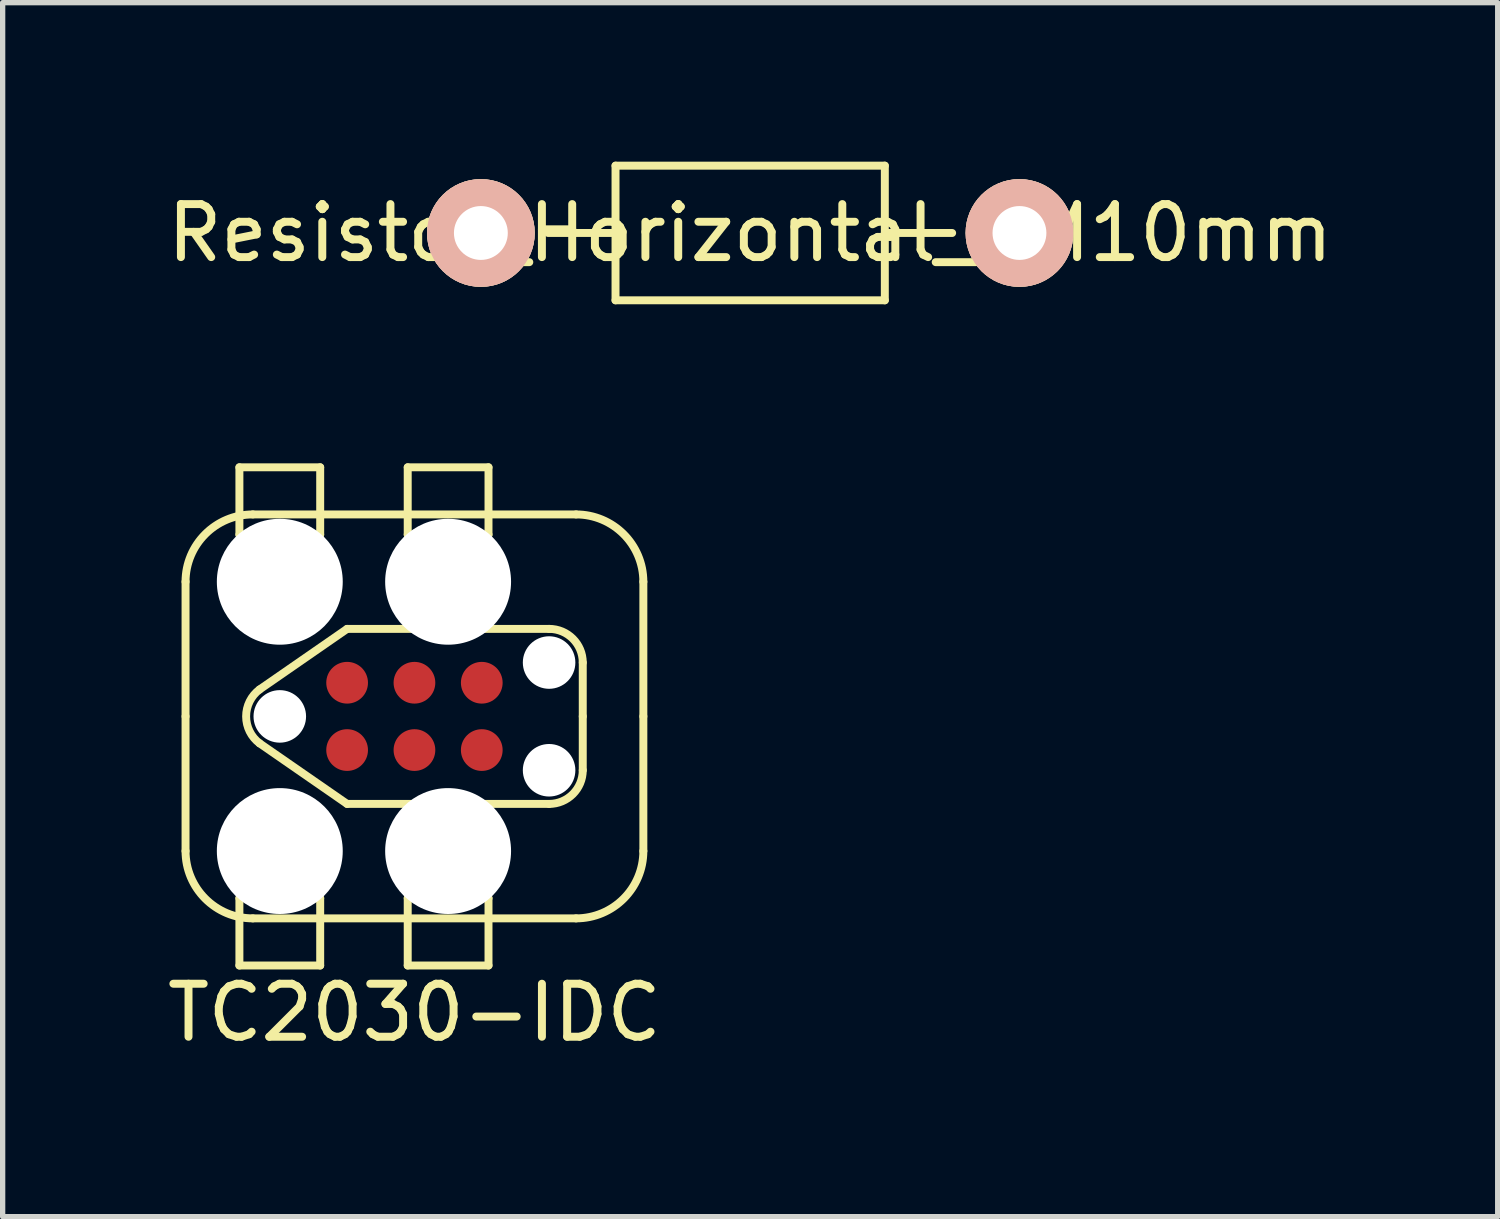
<source format=kicad_pcb>
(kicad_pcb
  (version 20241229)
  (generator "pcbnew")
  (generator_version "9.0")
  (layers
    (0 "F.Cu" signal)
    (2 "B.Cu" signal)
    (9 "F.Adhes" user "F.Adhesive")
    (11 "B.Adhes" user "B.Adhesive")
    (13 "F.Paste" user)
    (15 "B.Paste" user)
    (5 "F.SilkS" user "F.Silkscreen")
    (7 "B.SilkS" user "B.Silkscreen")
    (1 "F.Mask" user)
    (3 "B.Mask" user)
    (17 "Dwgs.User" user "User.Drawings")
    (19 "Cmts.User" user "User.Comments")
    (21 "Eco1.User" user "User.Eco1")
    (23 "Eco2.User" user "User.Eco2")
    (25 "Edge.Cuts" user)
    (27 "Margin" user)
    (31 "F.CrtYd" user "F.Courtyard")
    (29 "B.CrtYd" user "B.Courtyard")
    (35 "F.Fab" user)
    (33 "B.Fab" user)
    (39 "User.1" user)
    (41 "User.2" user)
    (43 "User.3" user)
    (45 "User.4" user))
  (footprint "Resistor_Horizontal_RM10mm"
    (layer "F.Cu")
    (at 11.101 1.345)
    (property "Reference" "Resistor_Horizontal_RM10mm" (at 0 0 0) (layer "F.SilkS") (effects (font (size 1 1) (thickness 0.15))))
    (attr through_hole)
    (fp_line (start -2.54 -1.27) (end 2.54 -1.27) (stroke (width 0.15) (type solid)) (layer "F.SilkS"))
    (fp_line (start -2.54 0) (end -3.81 0) (stroke (width 0.15) (type solid)) (layer "F.SilkS"))
    (fp_line (start -2.54 1.27) (end -2.54 -1.27) (stroke (width 0.15) (type solid)) (layer "F.SilkS"))
    (fp_line (start 2.54 -1.27) (end 2.54 1.27) (stroke (width 0.15) (type solid)) (layer "F.SilkS"))
    (fp_line (start 2.54 0) (end 3.81 0) (stroke (width 0.15) (type solid)) (layer "F.SilkS"))
    (fp_line (start 2.54 1.27) (end -2.54 1.27) (stroke (width 0.15) (type solid)) (layer "F.SilkS"))
    (pad "1" thru_hole circle (at -5.08 0) (size 2.032 2.032) (drill 1.016) (layers "*.Cu" "*.SilkS" "*.Mask"))
    (pad "2" thru_hole circle (at 5.08 0) (size 2.032 2.032) (drill 1.016) (layers "*.Cu" "*.SilkS" "*.Mask")))
  (footprint "TC2030-IDC"
    (layer "F.Cu")
    (at 2.228 10.464)
    (property "Reference" "TC2030-IDC" (at 2.54 5.588 0) (layer "F.SilkS") (effects (font (size 1 1) (thickness 0.15))))
    (attr through_hole)
    (fp_line (start -1.778 0) (end -1.778 -2.54) (stroke (width 0.15) (type solid)) (layer "F.SilkS"))
    (fp_line (start -1.778 2.54) (end -1.778 0) (stroke (width 0.15) (type solid)) (layer "F.SilkS"))
    (fp_line (start -0.762 -3.429) (end -0.762 -4.699) (stroke (width 0.15) (type solid)) (layer "F.SilkS"))
    (fp_line (start -0.762 -3.429) (end 0.762 -3.429) (stroke (width 0.15) (type solid)) (layer "F.SilkS"))
    (fp_line (start -0.762 3.429) (end 0.762 3.429) (stroke (width 0.15) (type solid)) (layer "F.SilkS"))
    (fp_line (start -0.762 4.699) (end -0.762 3.429) (stroke (width 0.15) (type solid)) (layer "F.SilkS"))
    (fp_line (start -0.508 -3.81) (end 5.588 -3.81) (stroke (width 0.15) (type solid)) (layer "F.SilkS"))
    (fp_line (start 0.762 -4.699) (end -0.762 -4.699) (stroke (width 0.15) (type solid)) (layer "F.SilkS"))
    (fp_line (start 0.762 -3.429) (end 0.762 -4.699) (stroke (width 0.15) (type solid)) (layer "F.SilkS"))
    (fp_line (start 0.762 3.429) (end 0.762 4.699) (stroke (width 0.15) (type solid)) (layer "F.SilkS"))
    (fp_line (start 0.762 4.699) (end -0.762 4.699) (stroke (width 0.15) (type solid)) (layer "F.SilkS"))
    (fp_line (start 1.27 -1.651) (end -0.381 -0.508) (stroke (width 0.15) (type solid)) (layer "F.SilkS"))
    (fp_line (start 1.27 1.651) (end -0.381 0.508) (stroke (width 0.15) (type solid)) (layer "F.SilkS"))
    (fp_line (start 2.413 -4.699) (end 2.413 -3.429) (stroke (width 0.15) (type solid)) (layer "F.SilkS"))
    (fp_line (start 2.413 -3.429) (end 3.937 -3.429) (stroke (width 0.15) (type solid)) (layer "F.SilkS"))
    (fp_line (start 2.413 3.429) (end 2.413 4.699) (stroke (width 0.15) (type solid)) (layer "F.SilkS"))
    (fp_line (start 2.413 3.429) (end 3.937 3.429) (stroke (width 0.15) (type solid)) (layer "F.SilkS"))
    (fp_line (start 3.937 -4.699) (end 2.413 -4.699) (stroke (width 0.15) (type solid)) (layer "F.SilkS"))
    (fp_line (start 3.937 -3.429) (end 3.937 -4.699) (stroke (width 0.15) (type solid)) (layer "F.SilkS"))
    (fp_line (start 3.937 3.429) (end 3.937 4.699) (stroke (width 0.15) (type solid)) (layer "F.SilkS"))
    (fp_line (start 3.937 4.699) (end 2.413 4.699) (stroke (width 0.15) (type solid)) (layer "F.SilkS"))
    (fp_line (start 5.08 -1.651) (end 1.27 -1.651) (stroke (width 0.15) (type solid)) (layer "F.SilkS"))
    (fp_line (start 5.08 1.651) (end 1.27 1.651) (stroke (width 0.15) (type solid)) (layer "F.SilkS"))
    (fp_line (start 5.588 3.81) (end -0.508 3.81) (stroke (width 0.15) (type solid)) (layer "F.SilkS"))
    (fp_line (start 5.715 0) (end 5.715 -1.016) (stroke (width 0.15) (type solid)) (layer "F.SilkS"))
    (fp_line (start 5.715 0) (end 5.715 1.016) (stroke (width 0.15) (type solid)) (layer "F.SilkS"))
    (fp_line (start 6.858 -2.54) (end 6.858 0) (stroke (width 0.15) (type solid)) (layer "F.SilkS"))
    (fp_line (start 6.858 0) (end 6.858 2.54) (stroke (width 0.15) (type solid)) (layer "F.SilkS"))
    (fp_arc (start -1.778 -2.54) (mid -1.406026 -3.438026) (end -0.508 -3.81) (stroke (width 0.15) (type solid)) (layer "F.SilkS"))
    (fp_arc (start -0.508 3.81) (mid -1.406026 3.438026) (end -1.778 2.54) (stroke (width 0.15) (type solid)) (layer "F.SilkS"))
    (fp_arc (start -0.381 0.508) (mid -0.635 0) (end -0.380999 -0.508) (stroke (width 0.15) (type solid)) (layer "F.SilkS"))
    (fp_arc (start 5.08 -1.651) (mid 5.529013 -1.465013) (end 5.715 -1.016) (stroke (width 0.15) (type solid)) (layer "F.SilkS"))
    (fp_arc (start 5.588 -3.81) (mid 6.486026 -3.438026) (end 6.858 -2.54) (stroke (width 0.15) (type solid)) (layer "F.SilkS"))
    (fp_arc (start 5.715 1.016) (mid 5.529013 1.465013) (end 5.08 1.651) (stroke (width 0.15) (type solid)) (layer "F.SilkS"))
    (fp_arc (start 6.858 2.54) (mid 6.486026 3.438026) (end 5.588 3.81) (stroke (width 0.15) (type solid)) (layer "F.SilkS"))
    (pad "" np_thru_hole circle (at 0 -2.54) (size 2.375 2.375) (drill 2.375) (layers "*.Cu" "*.Mask"))
    (pad "" np_thru_hole circle (at 0 0) (size 0.991 0.991) (drill 0.991) (layers "*.Cu" "*.Mask"))
    (pad "" np_thru_hole circle (at 0 2.54) (size 2.375 2.375) (drill 2.375) (layers "*.Cu" "*.Mask"))
    (pad "" np_thru_hole circle (at 3.175 -2.54) (size 2.375 2.375) (drill 2.375) (layers "*.Cu" "*.Mask"))
    (pad "" np_thru_hole circle (at 3.175 2.54) (size 2.375 2.375) (drill 2.375) (layers "*.Cu" "*.Mask"))
    (pad "" np_thru_hole circle (at 5.08 -1.016) (size 0.991 0.991) (drill 0.991) (layers "*.Cu" "*.Mask"))
    (pad "" np_thru_hole circle (at 5.08 1.016) (size 0.991 0.991) (drill 0.991) (layers "*.Cu" "*.Mask"))
    (pad "1" smd circle (at 1.27 0.635) (size 0.787 0.787) (layers "F.Cu" "F.Mask"))
    (pad "2" smd circle (at 1.27 -0.635) (size 0.787 0.787) (layers "F.Cu" "F.Mask"))
    (pad "3" smd circle (at 2.54 0.635) (size 0.787 0.787) (layers "F.Cu" "F.Mask"))
    (pad "4" smd circle (at 2.54 -0.635) (size 0.787 0.787) (layers "F.Cu" "F.Mask"))
    (pad "5" smd circle (at 3.81 0.635) (size 0.787 0.787) (layers "F.Cu" "F.Mask"))
    (pad "6" smd circle (at 3.81 -0.635) (size 0.787 0.787) (layers "F.Cu" "F.Mask")))
  (gr_rect
    (start -3 -3)
    (end 25.202 19.9)
    (stroke (width 0.1) (type default))
    (fill no)
    (layer "Edge.Cuts")))
</source>
